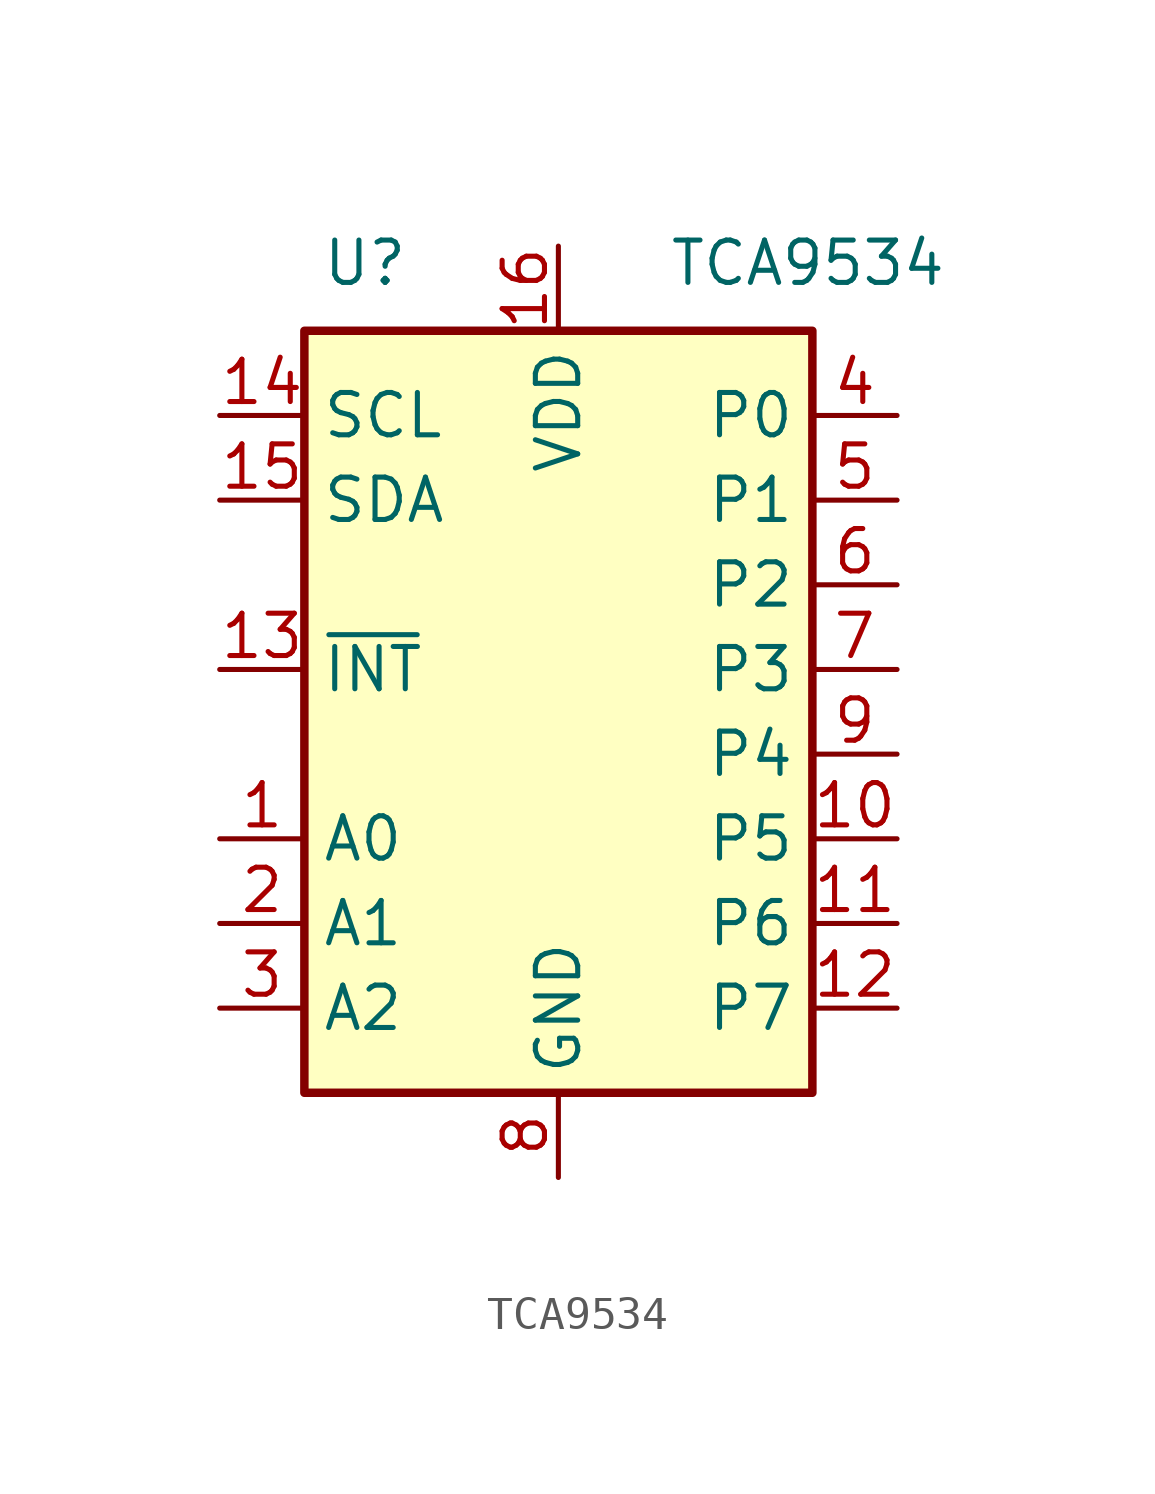
<source format=kicad_sym>
(kicad_symbol_lib
  (version 20241209)
  (generator "kicad_symbol_editor")
  (generator_version "9.0")
  (symbol "TCA9534"
    (property "Reference" "U"
      (at -7.112 14.732 0)
      (effects (font (size 1.27 1.27)) (justify left)))
    (property "Value" "TCA9534"
      (at 3.302 14.732 0)
      (effects (font (size 1.27 1.27)) (justify left)))
    (symbol "TCA9534_0_1"
      (rectangle (start -7.62 12.7) (end 7.62 -10.16) (stroke (width 0.254) (type default)) (fill (type background))))
    (symbol "TCA9534_1_1"
      (pin input line (at -10.16 10.16 0) (length 2.54) (name "SCL" (effects (font (size 1.27 1.27)))) (number "14" (effects (font (size 1.27 1.27)))))
      (pin bidirectional line (at -10.16 7.62 0) (length 2.54) (name "SDA" (effects (font (size 1.27 1.27)))) (number "15" (effects (font (size 1.27 1.27)))))
      (pin open_collector line (at -10.16 2.54 0) (length 2.54) (name "~{INT}" (effects (font (size 1.27 1.27)))) (number "13" (effects (font (size 1.27 1.27)))))
      (pin input line (at -10.16 -2.54 0) (length 2.54) (name "A0" (effects (font (size 1.27 1.27)))) (number "1" (effects (font (size 1.27 1.27)))))
      (pin input line (at -10.16 -5.08 0) (length 2.54) (name "A1" (effects (font (size 1.27 1.27)))) (number "2" (effects (font (size 1.27 1.27)))))
      (pin input line (at -10.16 -7.62 0) (length 2.54) (name "A2" (effects (font (size 1.27 1.27)))) (number "3" (effects (font (size 1.27 1.27)))))
      (pin power_in line (at 0 15.24 270) (length 2.54) (name "VDD" (effects (font (size 1.27 1.27)))) (number "16" (effects (font (size 1.27 1.27)))))
      (pin power_in line (at 0 -12.7 90) (length 2.54) (name "GND" (effects (font (size 1.27 1.27)))) (number "8" (effects (font (size 1.27 1.27)))))
      (pin bidirectional line (at 10.16 10.16 180) (length 2.54) (name "P0" (effects (font (size 1.27 1.27)))) (number "4" (effects (font (size 1.27 1.27)))))
      (pin bidirectional line (at 10.16 7.62 180) (length 2.54) (name "P1" (effects (font (size 1.27 1.27)))) (number "5" (effects (font (size 1.27 1.27)))))
      (pin bidirectional line (at 10.16 5.08 180) (length 2.54) (name "P2" (effects (font (size 1.27 1.27)))) (number "6" (effects (font (size 1.27 1.27)))))
      (pin bidirectional line (at 10.16 2.54 180) (length 2.54) (name "P3" (effects (font (size 1.27 1.27)))) (number "7" (effects (font (size 1.27 1.27)))))
      (pin bidirectional line (at 10.16 0 180) (length 2.54) (name "P4" (effects (font (size 1.27 1.27)))) (number "9" (effects (font (size 1.27 1.27)))))
      (pin bidirectional line (at 10.16 -2.54 180) (length 2.54) (name "P5" (effects (font (size 1.27 1.27)))) (number "10" (effects (font (size 1.27 1.27)))))
      (pin bidirectional line (at 10.16 -5.08 180) (length 2.54) (name "P6" (effects (font (size 1.27 1.27)))) (number "11" (effects (font (size 1.27 1.27)))))
      (pin bidirectional line (at 10.16 -7.62 180) (length 2.54) (name "P7" (effects (font (size 1.27 1.27)))) (number "12" (effects (font (size 1.27 1.27))))))))
</source>
